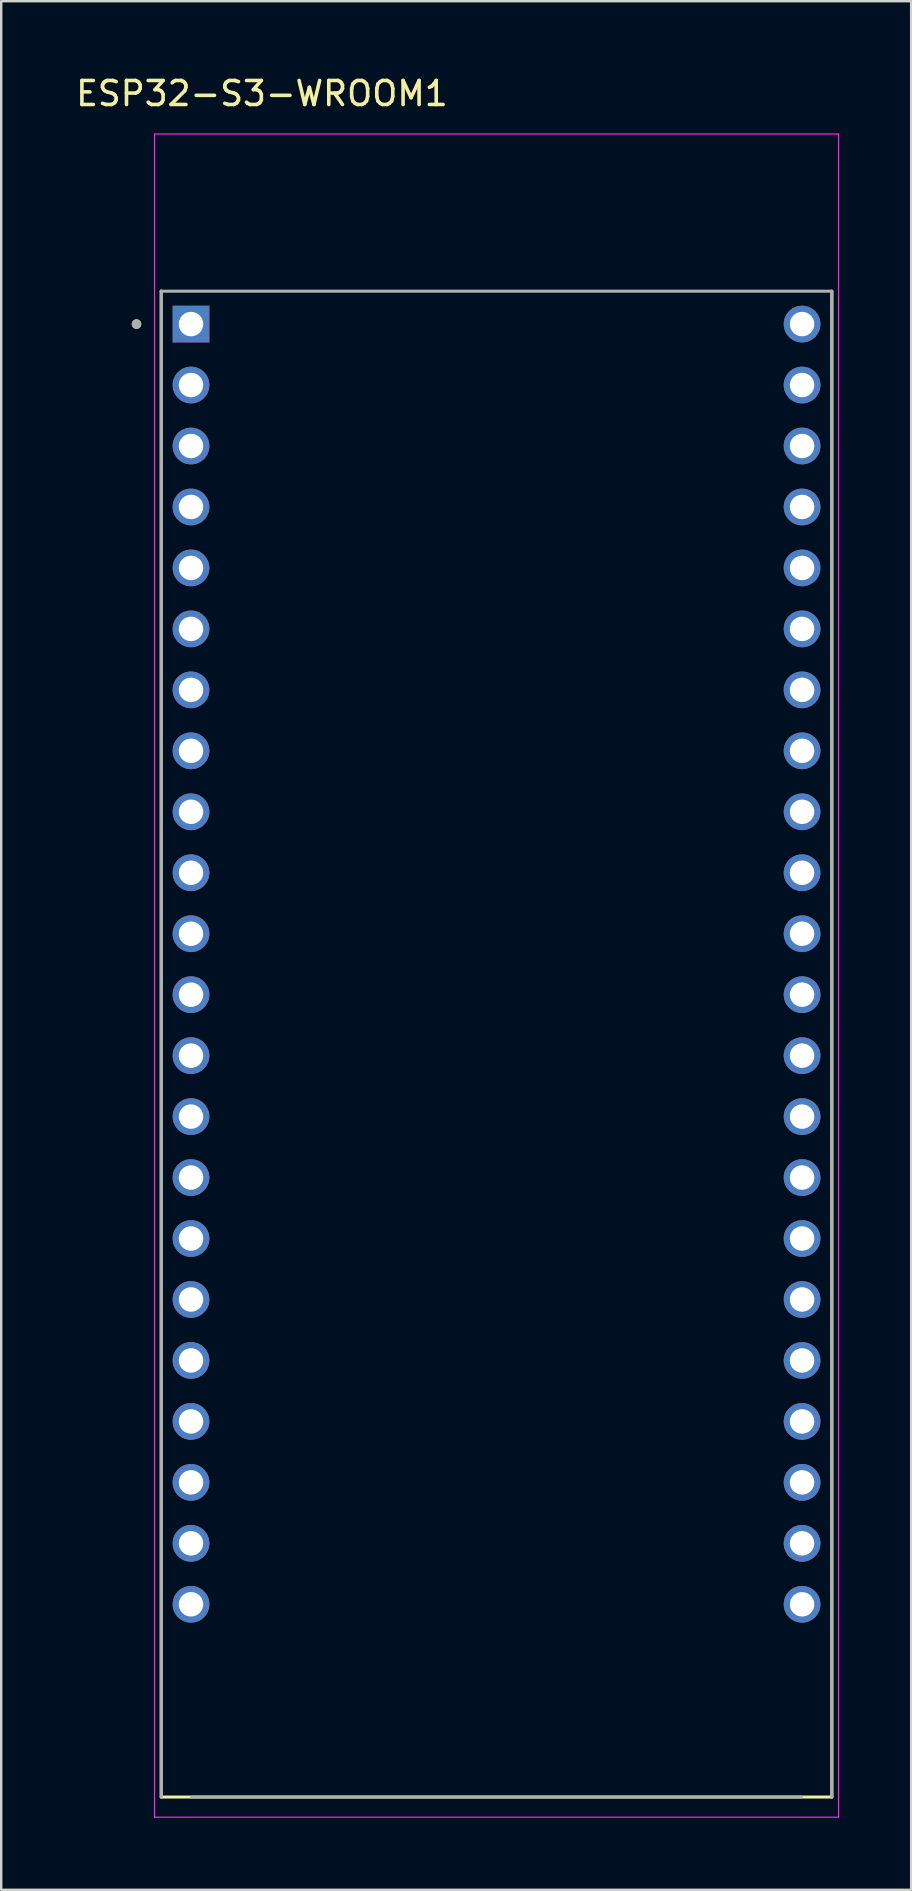
<source format=kicad_pcb>
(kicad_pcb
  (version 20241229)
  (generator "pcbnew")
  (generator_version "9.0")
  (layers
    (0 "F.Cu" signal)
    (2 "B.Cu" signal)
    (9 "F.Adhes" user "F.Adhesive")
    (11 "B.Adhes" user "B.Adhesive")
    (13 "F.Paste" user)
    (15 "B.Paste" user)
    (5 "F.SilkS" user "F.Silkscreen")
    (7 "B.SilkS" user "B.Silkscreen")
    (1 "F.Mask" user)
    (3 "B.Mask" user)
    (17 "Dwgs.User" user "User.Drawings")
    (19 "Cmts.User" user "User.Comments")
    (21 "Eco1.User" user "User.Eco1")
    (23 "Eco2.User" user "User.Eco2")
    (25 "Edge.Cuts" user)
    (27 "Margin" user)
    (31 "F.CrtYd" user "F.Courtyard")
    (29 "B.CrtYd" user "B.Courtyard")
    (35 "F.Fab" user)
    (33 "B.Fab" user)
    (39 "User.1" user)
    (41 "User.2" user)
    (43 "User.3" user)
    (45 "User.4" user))
  (footprint "ESP32-S3-WROOM1"
    (layer "F.Cu")
    (at 17.638 40.453)
    (property "Reference" "ESP32-S3-WROOM1" (at -9.775 -39.605 0) (layer "F.SilkS") (effects (font (size 1 1) (thickness 0.15))))
    (attr through_hole)
    (fp_line (start -13.97 -31.37) (end -13.97 -31.37) (stroke (width 0.127) (type solid)) (layer "F.SilkS"))
    (fp_line (start -13.97 31.37) (end -13.97 -31.37) (stroke (width 0.127) (type solid)) (layer "F.SilkS"))
    (fp_line (start 13.97 -31.37) (end 13.97 31.37) (stroke (width 0.127) (type solid)) (layer "F.SilkS"))
    (fp_line (start 13.97 31.37) (end -13.97 31.37) (stroke (width 0.127) (type solid)) (layer "F.SilkS"))
    (fp_circle (center -15 -30) (end -14.9 -30) (stroke (width 0.2) (type solid)) (fill no) (layer "F.SilkS"))
    (fp_line (start -14.25 -37.92) (end -14.25 32.21) (stroke (width 0.05) (type solid)) (layer "F.CrtYd"))
    (fp_line (start -14.25 32.21) (end 14.25 32.21) (stroke (width 0.05) (type solid)) (layer "F.CrtYd"))
    (fp_line (start 14.25 -37.92) (end -14.25 -37.92) (stroke (width 0.05) (type solid)) (layer "F.CrtYd"))
    (fp_line (start 14.25 32.21) (end 14.25 -37.92) (stroke (width 0.05) (type solid)) (layer "F.CrtYd"))
    (fp_line (start -13.97 -31.37) (end 13.97 -31.37) (stroke (width 0.127) (type solid)) (layer "F.Fab"))
    (fp_line (start -13.97 31.37) (end -13.97 -31.37) (stroke (width 0.127) (type solid)) (layer "F.Fab"))
    (fp_line (start 12.7 31.37) (end -12.7 31.37) (stroke (width 0.127) (type solid)) (layer "F.Fab"))
    (fp_line (start 13.97 -31.37) (end 13.97 31.37) (stroke (width 0.127) (type solid)) (layer "F.Fab"))
    (fp_circle (center -15 -30) (end -14.9 -30) (stroke (width 0.2) (type solid)) (fill no) (layer "F.Fab"))
    (pad "J1_1" thru_hole rect (at -12.73 -30) (size 1.53 1.53) (drill 1.02) (layers "*.Cu" "*.Mask"))
    (pad "J1_2" thru_hole circle (at -12.73 -27.46) (size 1.53 1.53) (drill 1.02) (layers "*.Cu" "*.Mask"))
    (pad "J1_3" thru_hole circle (at -12.73 -24.92) (size 1.53 1.53) (drill 1.02) (layers "*.Cu" "*.Mask"))
    (pad "J1_4" thru_hole circle (at -12.73 -22.38) (size 1.53 1.53) (drill 1.02) (layers "*.Cu" "*.Mask"))
    (pad "J1_5" thru_hole circle (at -12.73 -19.84) (size 1.53 1.53) (drill 1.02) (layers "*.Cu" "*.Mask"))
    (pad "J1_6" thru_hole circle (at -12.73 -17.3) (size 1.53 1.53) (drill 1.02) (layers "*.Cu" "*.Mask"))
    (pad "J1_7" thru_hole circle (at -12.73 -14.76) (size 1.53 1.53) (drill 1.02) (layers "*.Cu" "*.Mask"))
    (pad "J1_8" thru_hole circle (at -12.73 -12.22) (size 1.53 1.53) (drill 1.02) (layers "*.Cu" "*.Mask"))
    (pad "J1_9" thru_hole circle (at -12.73 -9.68) (size 1.53 1.53) (drill 1.02) (layers "*.Cu" "*.Mask"))
    (pad "J1_10" thru_hole circle (at -12.73 -7.14) (size 1.53 1.53) (drill 1.02) (layers "*.Cu" "*.Mask"))
    (pad "J1_11" thru_hole circle (at -12.73 -4.6) (size 1.53 1.53) (drill 1.02) (layers "*.Cu" "*.Mask"))
    (pad "J1_12" thru_hole circle (at -12.73 -2.06) (size 1.53 1.53) (drill 1.02) (layers "*.Cu" "*.Mask"))
    (pad "J1_13" thru_hole circle (at -12.73 0.48) (size 1.53 1.53) (drill 1.02) (layers "*.Cu" "*.Mask"))
    (pad "J1_14" thru_hole circle (at -12.73 3.02) (size 1.53 1.53) (drill 1.02) (layers "*.Cu" "*.Mask"))
    (pad "J1_15" thru_hole circle (at -12.73 5.56) (size 1.53 1.53) (drill 1.02) (layers "*.Cu" "*.Mask"))
    (pad "J1_16" thru_hole circle (at -12.73 8.1) (size 1.53 1.53) (drill 1.02) (layers "*.Cu" "*.Mask"))
    (pad "J1_17" thru_hole circle (at -12.73 10.64) (size 1.53 1.53) (drill 1.02) (layers "*.Cu" "*.Mask"))
    (pad "J1_18" thru_hole circle (at -12.73 13.18) (size 1.53 1.53) (drill 1.02) (layers "*.Cu" "*.Mask"))
    (pad "J1_19" thru_hole circle (at -12.73 15.72) (size 1.53 1.53) (drill 1.02) (layers "*.Cu" "*.Mask"))
    (pad "J1_20" thru_hole circle (at -12.73 18.26) (size 1.53 1.53) (drill 1.02) (layers "*.Cu" "*.Mask"))
    (pad "J1_21" thru_hole circle (at -12.73 20.8) (size 1.53 1.53) (drill 1.02) (layers "*.Cu" "*.Mask"))
    (pad "J1_22" thru_hole circle (at -12.73 23.34) (size 1.53 1.53) (drill 1.02) (layers "*.Cu" "*.Mask"))
    (pad "J3_1" thru_hole circle (at 12.73 -30) (size 1.53 1.53) (drill 1.02) (layers "*.Cu" "*.Mask"))
    (pad "J3_2" thru_hole circle (at 12.73 -27.46) (size 1.53 1.53) (drill 1.02) (layers "*.Cu" "*.Mask"))
    (pad "J3_3" thru_hole circle (at 12.73 -24.92) (size 1.53 1.53) (drill 1.02) (layers "*.Cu" "*.Mask"))
    (pad "J3_4" thru_hole circle (at 12.73 -22.38) (size 1.53 1.53) (drill 1.02) (layers "*.Cu" "*.Mask"))
    (pad "J3_5" thru_hole circle (at 12.73 -19.84) (size 1.53 1.53) (drill 1.02) (layers "*.Cu" "*.Mask"))
    (pad "J3_6" thru_hole circle (at 12.73 -17.3) (size 1.53 1.53) (drill 1.02) (layers "*.Cu" "*.Mask"))
    (pad "J3_7" thru_hole circle (at 12.73 -14.76) (size 1.53 1.53) (drill 1.02) (layers "*.Cu" "*.Mask"))
    (pad "J3_8" thru_hole circle (at 12.73 -12.22) (size 1.53 1.53) (drill 1.02) (layers "*.Cu" "*.Mask"))
    (pad "J3_9" thru_hole circle (at 12.73 -9.68) (size 1.53 1.53) (drill 1.02) (layers "*.Cu" "*.Mask"))
    (pad "J3_10" thru_hole circle (at 12.73 -7.14) (size 1.53 1.53) (drill 1.02) (layers "*.Cu" "*.Mask"))
    (pad "J3_11" thru_hole circle (at 12.73 -4.6) (size 1.53 1.53) (drill 1.02) (layers "*.Cu" "*.Mask"))
    (pad "J3_12" thru_hole circle (at 12.73 -2.06) (size 1.53 1.53) (drill 1.02) (layers "*.Cu" "*.Mask"))
    (pad "J3_13" thru_hole circle (at 12.73 0.48) (size 1.53 1.53) (drill 1.02) (layers "*.Cu" "*.Mask"))
    (pad "J3_14" thru_hole circle (at 12.73 3.02) (size 1.53 1.53) (drill 1.02) (layers "*.Cu" "*.Mask"))
    (pad "J3_15" thru_hole circle (at 12.73 5.56) (size 1.53 1.53) (drill 1.02) (layers "*.Cu" "*.Mask"))
    (pad "J3_16" thru_hole circle (at 12.73 8.1) (size 1.53 1.53) (drill 1.02) (layers "*.Cu" "*.Mask"))
    (pad "J3_17" thru_hole circle (at 12.73 10.64) (size 1.53 1.53) (drill 1.02) (layers "*.Cu" "*.Mask"))
    (pad "J3_18" thru_hole circle (at 12.73 13.18) (size 1.53 1.53) (drill 1.02) (layers "*.Cu" "*.Mask"))
    (pad "J3_19" thru_hole circle (at 12.73 15.72) (size 1.53 1.53) (drill 1.02) (layers "*.Cu" "*.Mask"))
    (pad "J3_20" thru_hole circle (at 12.73 18.26) (size 1.53 1.53) (drill 1.02) (layers "*.Cu" "*.Mask"))
    (pad "J3_21" thru_hole circle (at 12.73 20.8) (size 1.53 1.53) (drill 1.02) (layers "*.Cu" "*.Mask"))
    (pad "J3_22" thru_hole circle (at 12.73 23.34) (size 1.53 1.53) (drill 1.02) (layers "*.Cu" "*.Mask")))
  (gr_rect
    (start -3 -3)
    (end 34.913 75.688)
    (stroke (width 0.1) (type default))
    (fill no)
    (layer "Edge.Cuts")))
</source>
